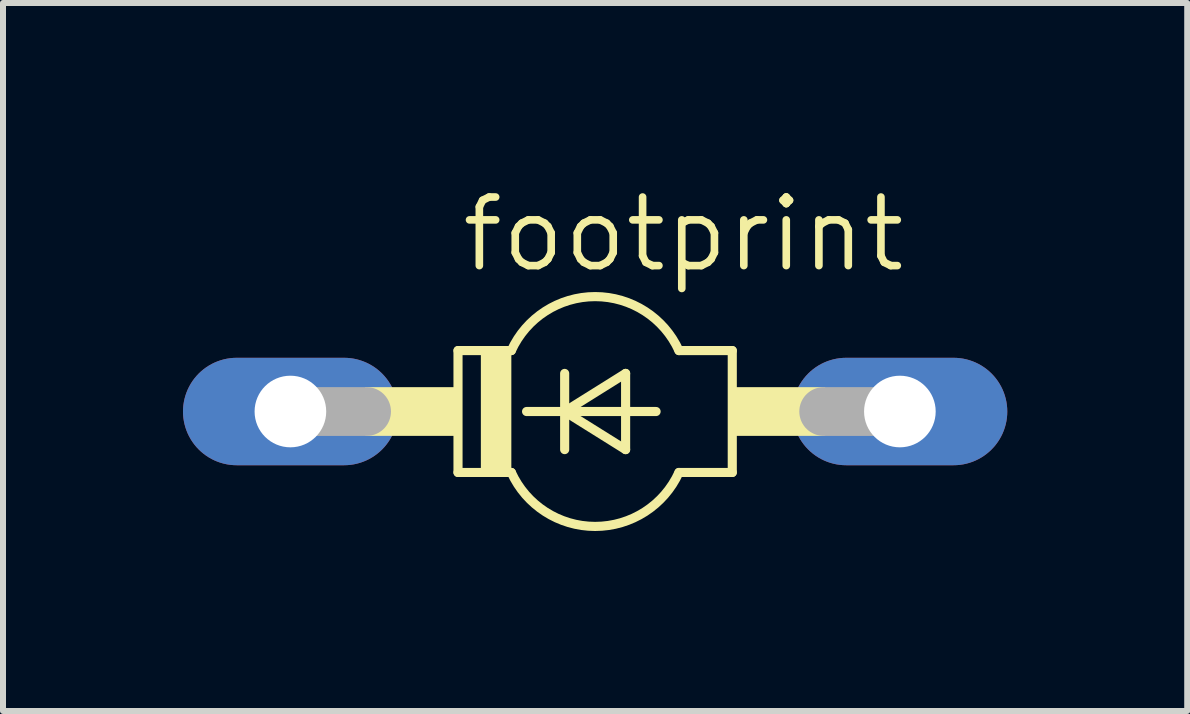
<source format=kicad_pcb>
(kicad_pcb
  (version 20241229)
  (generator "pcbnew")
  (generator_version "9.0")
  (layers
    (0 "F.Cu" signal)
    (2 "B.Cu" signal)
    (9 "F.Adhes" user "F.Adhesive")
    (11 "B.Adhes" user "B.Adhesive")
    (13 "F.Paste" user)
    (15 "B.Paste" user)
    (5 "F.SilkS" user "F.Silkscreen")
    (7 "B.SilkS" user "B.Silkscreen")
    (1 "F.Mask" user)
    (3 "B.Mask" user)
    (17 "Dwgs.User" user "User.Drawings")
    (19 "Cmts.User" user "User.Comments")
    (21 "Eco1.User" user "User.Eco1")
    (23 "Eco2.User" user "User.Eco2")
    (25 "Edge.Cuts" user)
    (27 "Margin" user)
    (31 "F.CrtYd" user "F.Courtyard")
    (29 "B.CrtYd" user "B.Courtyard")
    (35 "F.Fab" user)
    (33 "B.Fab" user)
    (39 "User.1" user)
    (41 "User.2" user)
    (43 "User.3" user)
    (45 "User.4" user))
  (footprint "footprint"
    (layer "F.Cu")
    (at 6.871 3.81)
    (property "Reference" "footprint" (at -2.286 -2.286 0) (layer "F.SilkS") (effects (font (size 1.143 1.143) (thickness 0.127)) (justify left bottom)))
    (fp_line (start -2.286 -1.016) (end -2.286 1.016) (stroke (width 0.152) (type solid)) (layer "F.SilkS"))
    (fp_line (start -2.286 -1.016) (end -1.397 -1.016) (stroke (width 0.152) (type solid)) (layer "F.SilkS"))
    (fp_line (start -2.286 1.016) (end -1.397 1.016) (stroke (width 0.152) (type solid)) (layer "F.SilkS"))
    (fp_line (start -1.143 0) (end -0.508 0) (stroke (width 0.152) (type solid)) (layer "F.SilkS"))
    (fp_line (start -0.508 -0.635) (end -0.508 0) (stroke (width 0.152) (type solid)) (layer "F.SilkS"))
    (fp_line (start -0.508 0) (end -0.508 0.635) (stroke (width 0.152) (type solid)) (layer "F.SilkS"))
    (fp_line (start -0.508 0) (end 0.508 -0.635) (stroke (width 0.152) (type solid)) (layer "F.SilkS"))
    (fp_line (start -0.508 0) (end 1.016 0) (stroke (width 0.152) (type solid)) (layer "F.SilkS"))
    (fp_line (start 0.508 -0.635) (end 0.508 0.635) (stroke (width 0.152) (type solid)) (layer "F.SilkS"))
    (fp_line (start 0.508 0.635) (end -0.508 0) (stroke (width 0.152) (type solid)) (layer "F.SilkS"))
    (fp_line (start 1.397 1.016) (end 2.286 1.016) (stroke (width 0.152) (type solid)) (layer "F.SilkS"))
    (fp_line (start 2.286 -1.016) (end 1.397 -1.016) (stroke (width 0.152) (type solid)) (layer "F.SilkS"))
    (fp_line (start 2.286 1.016) (end 2.286 -1.016) (stroke (width 0.152) (type solid)) (layer "F.SilkS"))
    (fp_arc (start -1.397 -1.016) (mid 0.000001 -1.915546) (end 1.397001 -1.015998) (stroke (width 0.1524) (type solid)) (layer "F.SilkS"))
    (fp_arc (start 1.397001 1.015998) (mid 0.000001 1.915546) (end -1.397 1.016) (stroke (width 0.1524) (type solid)) (layer "F.SilkS"))
    (fp_poly (pts (xy -3.835 0.406) (xy -2.286 0.406) (xy -2.286 -0.406) (xy -3.835 -0.406)) (stroke (width 0) (type solid)) (fill yes) (layer "F.SilkS"))
    (fp_poly (pts (xy -1.905 1.016) (xy -1.397 1.016) (xy -1.397 -1.016) (xy -1.905 -1.016)) (stroke (width 0) (type solid)) (fill yes) (layer "F.SilkS"))
    (fp_poly (pts (xy 2.286 0.406) (xy 3.835 0.406) (xy 3.835 -0.406) (xy 2.286 -0.406)) (stroke (width 0) (type solid)) (fill yes) (layer "F.SilkS"))
    (fp_line (start -5.08 0) (end -3.81 0) (stroke (width 0.813) (type solid)) (layer "F.Fab"))
    (fp_line (start 5.08 0) (end 3.81 0) (stroke (width 0.813) (type solid)) (layer "F.Fab"))
    (pad "A" thru_hole oval (at 5.08 0) (size 3.581 1.791) (drill 1.194) (layers "*.Cu" "*.Mask"))
    (pad "C" thru_hole oval (at -5.08 0) (size 3.581 1.791) (drill 1.194) (layers "*.Cu" "*.Mask")))
  (gr_rect
    (start -3 -3)
    (end 16.741 8.802)
    (stroke (width 0.1) (type default))
    (fill no)
    (layer "Edge.Cuts")))
</source>
